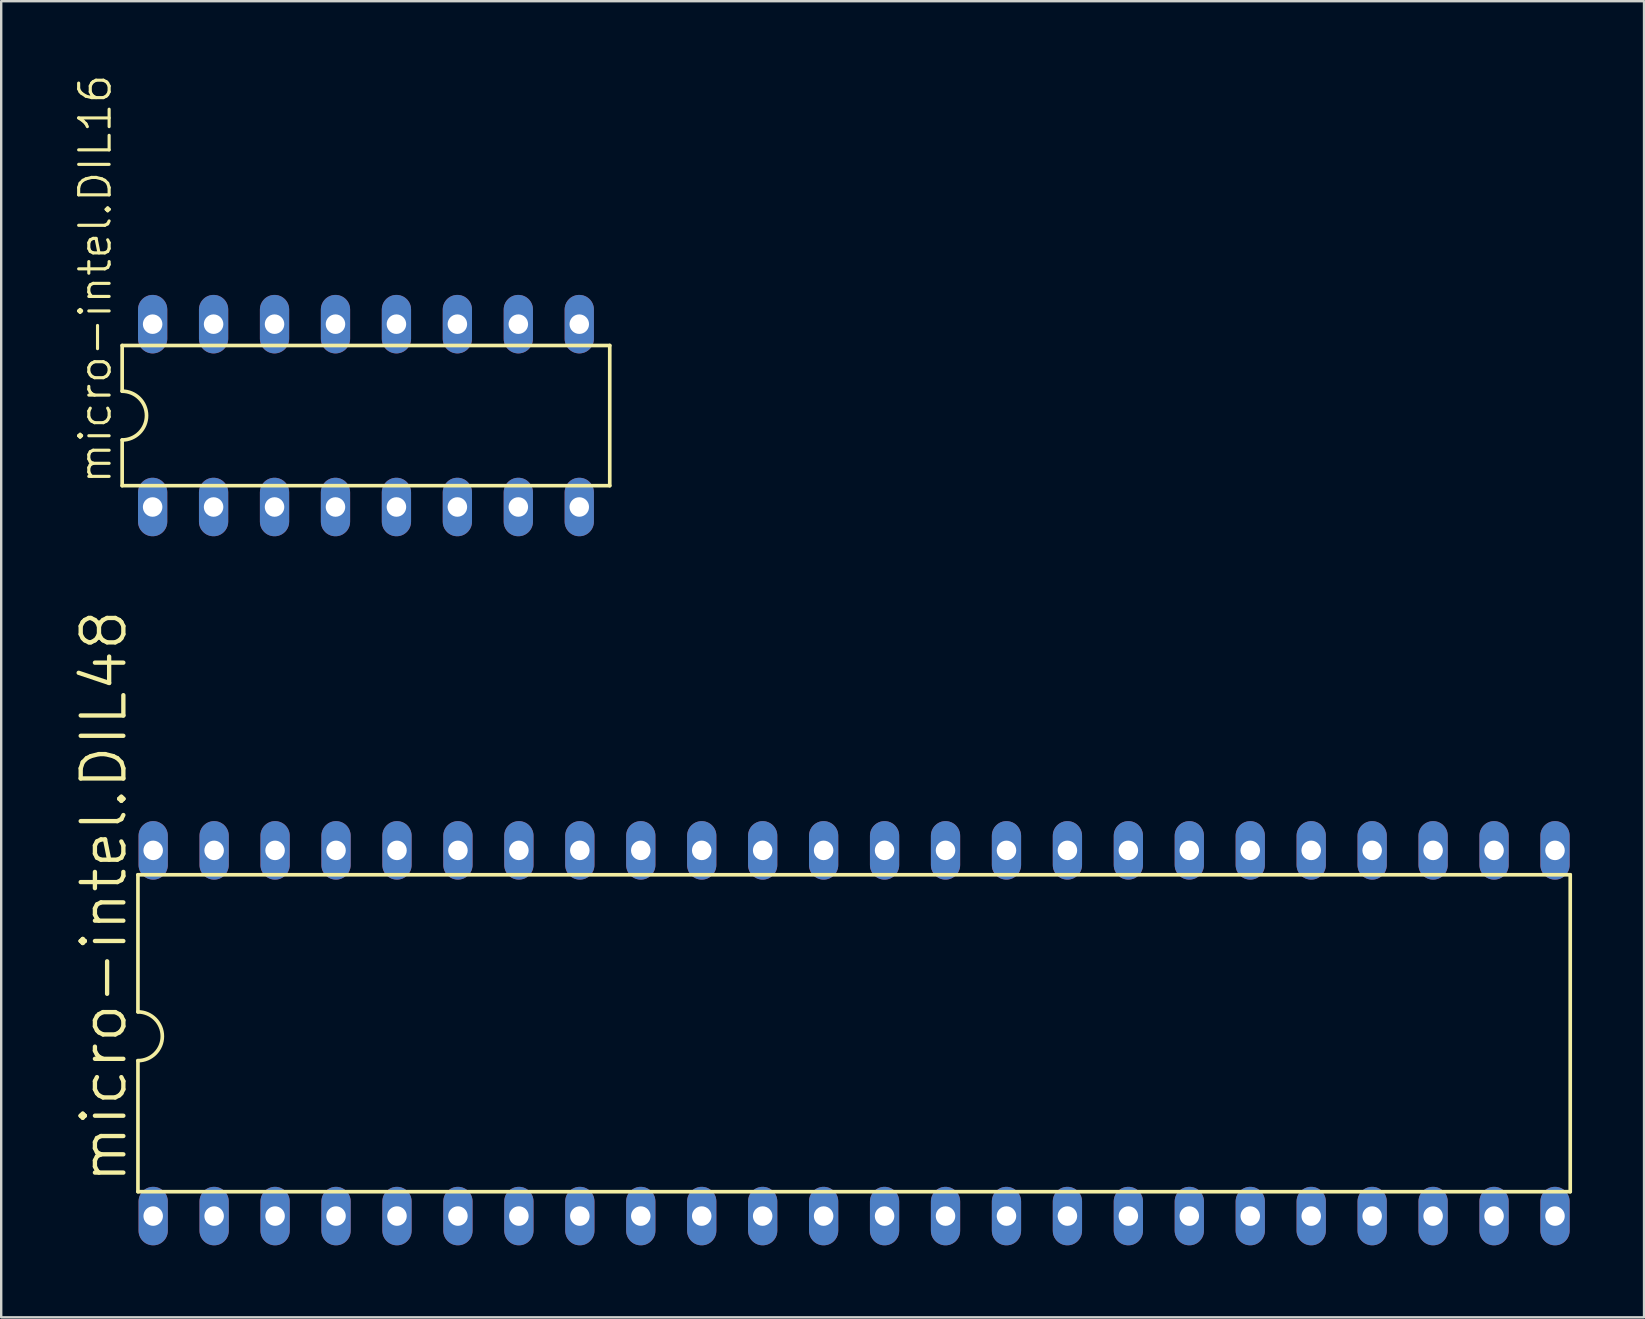
<source format=kicad_pcb>
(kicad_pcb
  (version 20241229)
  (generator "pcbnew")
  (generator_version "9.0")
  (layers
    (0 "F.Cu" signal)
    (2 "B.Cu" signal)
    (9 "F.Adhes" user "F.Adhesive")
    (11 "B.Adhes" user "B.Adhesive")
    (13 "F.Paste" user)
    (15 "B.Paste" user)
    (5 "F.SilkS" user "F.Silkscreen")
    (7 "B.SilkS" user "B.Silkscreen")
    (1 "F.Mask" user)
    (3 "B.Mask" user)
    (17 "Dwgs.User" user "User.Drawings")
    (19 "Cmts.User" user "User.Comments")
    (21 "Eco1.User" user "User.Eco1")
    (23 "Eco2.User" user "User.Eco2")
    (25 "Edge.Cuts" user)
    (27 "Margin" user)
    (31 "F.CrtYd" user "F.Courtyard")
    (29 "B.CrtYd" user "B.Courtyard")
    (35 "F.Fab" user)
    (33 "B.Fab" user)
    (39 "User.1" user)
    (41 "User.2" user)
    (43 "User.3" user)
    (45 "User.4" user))
  (footprint "micro-intel.DIL48"
    (layer "F.Cu")
    (at 32.544 40.009)
    (property "Reference" "micro-intel.DIL48" (at -30.226 6.35 90) (layer "F.SilkS") (effects (font (size 1.778 1.778) (thickness 0.18)) (justify left bottom)))
    (attr through_hole)
    (fp_line (start -29.845 -6.604) (end -29.845 -0.889) (stroke (width 0.152) (type default)) (layer "F.SilkS"))
    (fp_line (start -29.845 6.604) (end -29.845 1.143) (stroke (width 0.152) (type default)) (layer "F.SilkS"))
    (fp_line (start -29.845 6.604) (end 29.845 6.604) (stroke (width 0.152) (type default)) (layer "F.SilkS"))
    (fp_line (start 29.845 -6.604) (end -29.845 -6.604) (stroke (width 0.152) (type default)) (layer "F.SilkS"))
    (fp_line (start 29.845 6.604) (end 29.845 -6.604) (stroke (width 0.152) (type default)) (layer "F.SilkS"))
    (fp_arc (start -29.845 -0.889) (mid -28.829 0.127) (end -29.845 1.143) (stroke (width 0.1524) (type default)) (layer "F.SilkS"))
    (pad "1" thru_hole oval (at -29.21 7.62 90) (size 2.438 1.219) (drill 0.813) (layers "*.Cu" "*.Mask"))
    (pad "2" thru_hole oval (at -26.67 7.62 90) (size 2.438 1.219) (drill 0.813) (layers "*.Cu" "*.Mask"))
    (pad "3" thru_hole oval (at -24.13 7.62 90) (size 2.438 1.219) (drill 0.813) (layers "*.Cu" "*.Mask"))
    (pad "4" thru_hole oval (at -21.59 7.62 90) (size 2.438 1.219) (drill 0.813) (layers "*.Cu" "*.Mask"))
    (pad "5" thru_hole oval (at -19.05 7.62 90) (size 2.438 1.219) (drill 0.813) (layers "*.Cu" "*.Mask"))
    (pad "6" thru_hole oval (at -16.51 7.62 90) (size 2.438 1.219) (drill 0.813) (layers "*.Cu" "*.Mask"))
    (pad "7" thru_hole oval (at -13.97 7.62 90) (size 2.438 1.219) (drill 0.813) (layers "*.Cu" "*.Mask"))
    (pad "8" thru_hole oval (at -11.43 7.62 90) (size 2.438 1.219) (drill 0.813) (layers "*.Cu" "*.Mask"))
    (pad "9" thru_hole oval (at -8.89 7.62 90) (size 2.438 1.219) (drill 0.813) (layers "*.Cu" "*.Mask"))
    (pad "10" thru_hole oval (at -6.35 7.62 90) (size 2.438 1.219) (drill 0.813) (layers "*.Cu" "*.Mask"))
    (pad "11" thru_hole oval (at -3.81 7.62 90) (size 2.438 1.219) (drill 0.813) (layers "*.Cu" "*.Mask"))
    (pad "12" thru_hole oval (at -1.27 7.62 90) (size 2.438 1.219) (drill 0.813) (layers "*.Cu" "*.Mask"))
    (pad "13" thru_hole oval (at 1.27 7.62 90) (size 2.438 1.219) (drill 0.813) (layers "*.Cu" "*.Mask"))
    (pad "14" thru_hole oval (at 3.81 7.62 90) (size 2.438 1.219) (drill 0.813) (layers "*.Cu" "*.Mask"))
    (pad "15" thru_hole oval (at 6.35 7.62 90) (size 2.438 1.219) (drill 0.813) (layers "*.Cu" "*.Mask"))
    (pad "16" thru_hole oval (at 8.89 7.62 90) (size 2.438 1.219) (drill 0.813) (layers "*.Cu" "*.Mask"))
    (pad "17" thru_hole oval (at 11.43 7.62 90) (size 2.438 1.219) (drill 0.813) (layers "*.Cu" "*.Mask"))
    (pad "18" thru_hole oval (at 13.97 7.62 90) (size 2.438 1.219) (drill 0.813) (layers "*.Cu" "*.Mask"))
    (pad "19" thru_hole oval (at 16.51 7.62 90) (size 2.438 1.219) (drill 0.813) (layers "*.Cu" "*.Mask"))
    (pad "20" thru_hole oval (at 19.05 7.62 90) (size 2.438 1.219) (drill 0.813) (layers "*.Cu" "*.Mask"))
    (pad "21" thru_hole oval (at 21.59 7.62 90) (size 2.438 1.219) (drill 0.813) (layers "*.Cu" "*.Mask"))
    (pad "22" thru_hole oval (at 24.13 7.62 90) (size 2.438 1.219) (drill 0.813) (layers "*.Cu" "*.Mask"))
    (pad "23" thru_hole oval (at 26.67 7.62 90) (size 2.438 1.219) (drill 0.813) (layers "*.Cu" "*.Mask"))
    (pad "24" thru_hole oval (at 29.21 7.62 90) (size 2.438 1.219) (drill 0.813) (layers "*.Cu" "*.Mask"))
    (pad "25" thru_hole oval (at 29.21 -7.62 90) (size 2.438 1.219) (drill 0.813) (layers "*.Cu" "*.Mask"))
    (pad "26" thru_hole oval (at 26.67 -7.62 90) (size 2.438 1.219) (drill 0.813) (layers "*.Cu" "*.Mask"))
    (pad "27" thru_hole oval (at 24.13 -7.62 90) (size 2.438 1.219) (drill 0.813) (layers "*.Cu" "*.Mask"))
    (pad "28" thru_hole oval (at 21.59 -7.62 90) (size 2.438 1.219) (drill 0.813) (layers "*.Cu" "*.Mask"))
    (pad "29" thru_hole oval (at 19.05 -7.62 90) (size 2.438 1.219) (drill 0.813) (layers "*.Cu" "*.Mask"))
    (pad "30" thru_hole oval (at 16.51 -7.62 90) (size 2.438 1.219) (drill 0.813) (layers "*.Cu" "*.Mask"))
    (pad "31" thru_hole oval (at 13.97 -7.62 90) (size 2.438 1.219) (drill 0.813) (layers "*.Cu" "*.Mask"))
    (pad "32" thru_hole oval (at 11.43 -7.62 90) (size 2.438 1.219) (drill 0.813) (layers "*.Cu" "*.Mask"))
    (pad "33" thru_hole oval (at 8.89 -7.62 90) (size 2.438 1.219) (drill 0.813) (layers "*.Cu" "*.Mask"))
    (pad "34" thru_hole oval (at 6.35 -7.62 90) (size 2.438 1.219) (drill 0.813) (layers "*.Cu" "*.Mask"))
    (pad "35" thru_hole oval (at 3.81 -7.62 90) (size 2.438 1.219) (drill 0.813) (layers "*.Cu" "*.Mask"))
    (pad "36" thru_hole oval (at 1.27 -7.62 90) (size 2.438 1.219) (drill 0.813) (layers "*.Cu" "*.Mask"))
    (pad "37" thru_hole oval (at -1.27 -7.62 90) (size 2.438 1.219) (drill 0.813) (layers "*.Cu" "*.Mask"))
    (pad "38" thru_hole oval (at -3.81 -7.62 90) (size 2.438 1.219) (drill 0.813) (layers "*.Cu" "*.Mask"))
    (pad "39" thru_hole oval (at -6.35 -7.62 90) (size 2.438 1.219) (drill 0.813) (layers "*.Cu" "*.Mask"))
    (pad "40" thru_hole oval (at -8.89 -7.62 90) (size 2.438 1.219) (drill 0.813) (layers "*.Cu" "*.Mask"))
    (pad "41" thru_hole oval (at -11.43 -7.62 90) (size 2.438 1.219) (drill 0.813) (layers "*.Cu" "*.Mask"))
    (pad "42" thru_hole oval (at -13.97 -7.62 90) (size 2.438 1.219) (drill 0.813) (layers "*.Cu" "*.Mask"))
    (pad "43" thru_hole oval (at -16.51 -7.62 90) (size 2.438 1.219) (drill 0.813) (layers "*.Cu" "*.Mask"))
    (pad "44" thru_hole oval (at -19.05 -7.62 90) (size 2.438 1.219) (drill 0.813) (layers "*.Cu" "*.Mask"))
    (pad "45" thru_hole oval (at -21.59 -7.62 90) (size 2.438 1.219) (drill 0.813) (layers "*.Cu" "*.Mask"))
    (pad "46" thru_hole oval (at -24.13 -7.62 90) (size 2.438 1.219) (drill 0.813) (layers "*.Cu" "*.Mask"))
    (pad "47" thru_hole oval (at -26.67 -7.62 90) (size 2.438 1.219) (drill 0.813) (layers "*.Cu" "*.Mask"))
    (pad "48" thru_hole oval (at -29.21 -7.62 90) (size 2.438 1.219) (drill 0.813) (layers "*.Cu" "*.Mask")))
  (footprint "micro-intel.DIL16"
    (layer "F.Cu")
    (at 12.201 14.269)
    (property "Reference" "micro-intel.DIL16" (at -10.541 2.921 90) (layer "F.SilkS") (effects (font (size 1.27 1.27) (thickness 0.13)) (justify left bottom)))
    (attr through_hole)
    (fp_line (start -10.16 -2.921) (end -10.16 -1.016) (stroke (width 0.152) (type default)) (layer "F.SilkS"))
    (fp_line (start -10.16 2.921) (end -10.16 1.016) (stroke (width 0.152) (type default)) (layer "F.SilkS"))
    (fp_line (start -10.16 2.921) (end 10.16 2.921) (stroke (width 0.152) (type default)) (layer "F.SilkS"))
    (fp_line (start 10.16 -2.921) (end -10.16 -2.921) (stroke (width 0.152) (type default)) (layer "F.SilkS"))
    (fp_line (start 10.16 -2.921) (end 10.16 2.921) (stroke (width 0.152) (type default)) (layer "F.SilkS"))
    (fp_arc (start -10.16 -1.016) (mid -9.144 0) (end -10.16 1.016) (stroke (width 0.1524) (type default)) (layer "F.SilkS"))
    (pad "1" thru_hole oval (at -8.89 3.81 90) (size 2.438 1.219) (drill 0.813) (layers "*.Cu" "*.Mask"))
    (pad "2" thru_hole oval (at -6.35 3.81 90) (size 2.438 1.219) (drill 0.813) (layers "*.Cu" "*.Mask"))
    (pad "3" thru_hole oval (at -3.81 3.81 90) (size 2.438 1.219) (drill 0.813) (layers "*.Cu" "*.Mask"))
    (pad "4" thru_hole oval (at -1.27 3.81 90) (size 2.438 1.219) (drill 0.813) (layers "*.Cu" "*.Mask"))
    (pad "5" thru_hole oval (at 1.27 3.81 90) (size 2.438 1.219) (drill 0.813) (layers "*.Cu" "*.Mask"))
    (pad "6" thru_hole oval (at 3.81 3.81 90) (size 2.438 1.219) (drill 0.813) (layers "*.Cu" "*.Mask"))
    (pad "7" thru_hole oval (at 6.35 3.81 90) (size 2.438 1.219) (drill 0.813) (layers "*.Cu" "*.Mask"))
    (pad "8" thru_hole oval (at 8.89 3.81 90) (size 2.438 1.219) (drill 0.813) (layers "*.Cu" "*.Mask"))
    (pad "9" thru_hole oval (at 8.89 -3.81 90) (size 2.438 1.219) (drill 0.813) (layers "*.Cu" "*.Mask"))
    (pad "10" thru_hole oval (at 6.35 -3.81 90) (size 2.438 1.219) (drill 0.813) (layers "*.Cu" "*.Mask"))
    (pad "11" thru_hole oval (at 3.81 -3.81 90) (size 2.438 1.219) (drill 0.813) (layers "*.Cu" "*.Mask"))
    (pad "12" thru_hole oval (at 1.27 -3.81 90) (size 2.438 1.219) (drill 0.813) (layers "*.Cu" "*.Mask"))
    (pad "13" thru_hole oval (at -1.27 -3.81 90) (size 2.438 1.219) (drill 0.813) (layers "*.Cu" "*.Mask"))
    (pad "14" thru_hole oval (at -3.81 -3.81 90) (size 2.438 1.219) (drill 0.813) (layers "*.Cu" "*.Mask"))
    (pad "15" thru_hole oval (at -6.35 -3.81 90) (size 2.438 1.219) (drill 0.813) (layers "*.Cu" "*.Mask"))
    (pad "16" thru_hole oval (at -8.89 -3.81 90) (size 2.438 1.219) (drill 0.813) (layers "*.Cu" "*.Mask")))
  (gr_rect
    (start -3 -3)
    (end 65.465 51.848)
    (stroke (width 0.1) (type default))
    (fill no)
    (layer "Edge.Cuts")))
</source>
